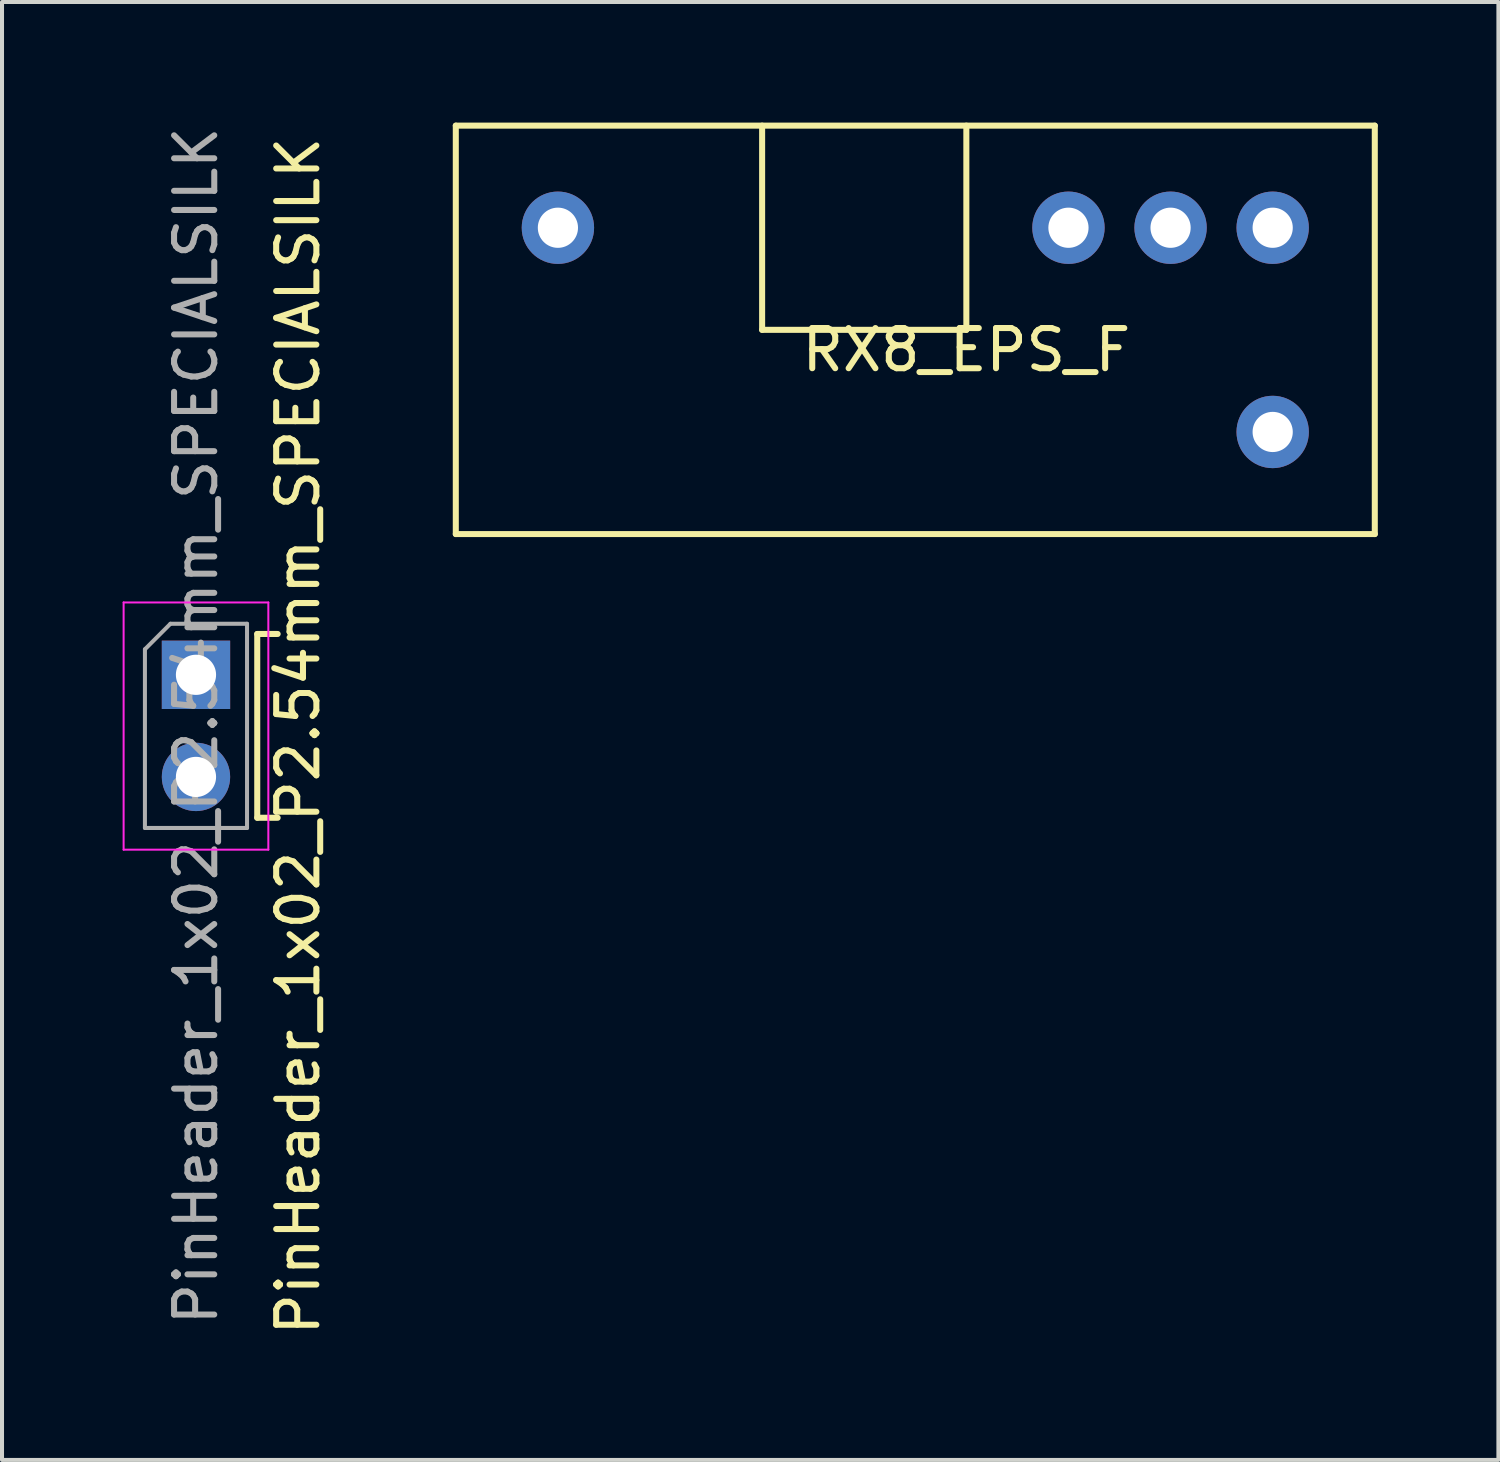
<source format=kicad_pcb>
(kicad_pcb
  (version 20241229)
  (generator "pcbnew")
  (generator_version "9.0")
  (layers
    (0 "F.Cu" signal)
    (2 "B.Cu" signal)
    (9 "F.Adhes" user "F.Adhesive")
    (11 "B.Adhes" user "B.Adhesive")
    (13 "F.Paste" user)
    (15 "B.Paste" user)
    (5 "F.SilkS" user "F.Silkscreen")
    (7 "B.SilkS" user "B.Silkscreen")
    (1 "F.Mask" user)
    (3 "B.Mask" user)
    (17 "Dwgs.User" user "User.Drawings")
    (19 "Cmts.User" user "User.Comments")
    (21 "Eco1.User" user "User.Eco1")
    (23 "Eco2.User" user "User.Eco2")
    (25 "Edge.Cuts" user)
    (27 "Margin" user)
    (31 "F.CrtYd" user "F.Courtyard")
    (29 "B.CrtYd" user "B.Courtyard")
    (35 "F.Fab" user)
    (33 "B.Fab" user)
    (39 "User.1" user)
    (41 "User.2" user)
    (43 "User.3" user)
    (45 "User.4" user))
  (footprint "RX8_EPS_F"
    (layer "F.Cu")
    (at 20.988 5.155)
    (property "Reference" "RX8_EPS_F" (at 0 0.5 0) (layer "F.SilkS") (effects (font (size 1 1) (thickness 0.15))))
    (attr through_hole)
    (fp_line (start -12.7 -5.08) (end 10.16 -5.08) (stroke (width 0.15) (type solid)) (layer "F.SilkS"))
    (fp_line (start -12.7 5.08) (end -12.7 -5.08) (stroke (width 0.15) (type solid)) (layer "F.SilkS"))
    (fp_line (start -5.08 -5.08) (end -5.08 0) (stroke (width 0.15) (type solid)) (layer "F.SilkS"))
    (fp_line (start -5.08 0) (end 0 0) (stroke (width 0.15) (type solid)) (layer "F.SilkS"))
    (fp_line (start 0 0) (end 0 -5.08) (stroke (width 0.15) (type solid)) (layer "F.SilkS"))
    (fp_line (start 10.16 -5.08) (end 10.16 5.08) (stroke (width 0.15) (type solid)) (layer "F.SilkS"))
    (fp_line (start 10.16 5.08) (end -12.7 5.08) (stroke (width 0.15) (type solid)) (layer "F.SilkS"))
    (pad "2A" thru_hole circle (at -10.16 -2.54) (size 1.8 1.8) (drill 1) (layers "*.Cu" "*.Mask"))
    (pad "2K" thru_hole circle (at 2.54 -2.54) (size 1.8 1.8) (drill 1) (layers "*.Cu" "*.Mask"))
    (pad "2M" thru_hole circle (at 5.08 -2.54) (size 1.8 1.8) (drill 1) (layers "*.Cu" "*.Mask"))
    (pad "2O" thru_hole circle (at 7.62 -2.54) (size 1.8 1.8) (drill 1) (layers "*.Cu" "*.Mask"))
    (pad "2P" thru_hole circle (at 7.62 2.54) (size 1.8 1.8) (drill 1) (layers "*.Cu" "*.Mask")))
  (footprint "PinHeader_1x02_P2.54mm_SPECIALSILK"
    (layer "F.Cu")
    (at 1.825 13.736)
    (property "Reference" "PinHeader_1x02_P2.54mm_SPECIALSILK" (at 2.54 1.524 90) (layer "F.SilkS") (effects (font (size 1 1) (thickness 0.15))))
    (attr through_hole)
    (fp_line (start 1.524 -1.016) (end 1.524 3.556) (stroke (width 0.15) (type solid)) (layer "F.SilkS"))
    (fp_line (start 1.524 -1.016) (end 2.032 -1.016) (stroke (width 0.15) (type solid)) (layer "F.SilkS"))
    (fp_line (start 1.524 3.556) (end 2.032 3.556) (stroke (width 0.15) (type solid)) (layer "F.SilkS"))
    (fp_line (start -1.8 -1.8) (end -1.8 4.35) (stroke (width 0.05) (type solid)) (layer "F.CrtYd"))
    (fp_line (start -1.8 4.35) (end 1.8 4.35) (stroke (width 0.05) (type solid)) (layer "F.CrtYd"))
    (fp_line (start 1.8 -1.8) (end -1.8 -1.8) (stroke (width 0.05) (type solid)) (layer "F.CrtYd"))
    (fp_line (start 1.8 4.35) (end 1.8 -1.8) (stroke (width 0.05) (type solid)) (layer "F.CrtYd"))
    (fp_line (start -1.27 -0.635) (end -0.635 -1.27) (stroke (width 0.1) (type solid)) (layer "F.Fab"))
    (fp_line (start -1.27 3.81) (end -1.27 -0.635) (stroke (width 0.1) (type solid)) (layer "F.Fab"))
    (fp_line (start -0.635 -1.27) (end 1.27 -1.27) (stroke (width 0.1) (type solid)) (layer "F.Fab"))
    (fp_line (start 1.27 -1.27) (end 1.27 3.81) (stroke (width 0.1) (type solid)) (layer "F.Fab"))
    (fp_line (start 1.27 3.81) (end -1.27 3.81) (stroke (width 0.1) (type solid)) (layer "F.Fab"))
    (fp_text user "${REFERENCE}" (at 0 1.27 90) (layer "F.Fab") (effects (font (size 1 1) (thickness 0.15))))
    (pad "1" thru_hole rect (at 0 0) (size 1.7 1.7) (drill 1) (layers "*.Cu" "*.Mask"))
    (pad "2" thru_hole oval (at 0 2.54) (size 1.7 1.7) (drill 1) (layers "*.Cu" "*.Mask")))
  (gr_rect
    (start -3 -3)
    (end 34.223 33.266)
    (stroke (width 0.1) (type default))
    (fill no)
    (layer "Edge.Cuts")))
</source>
